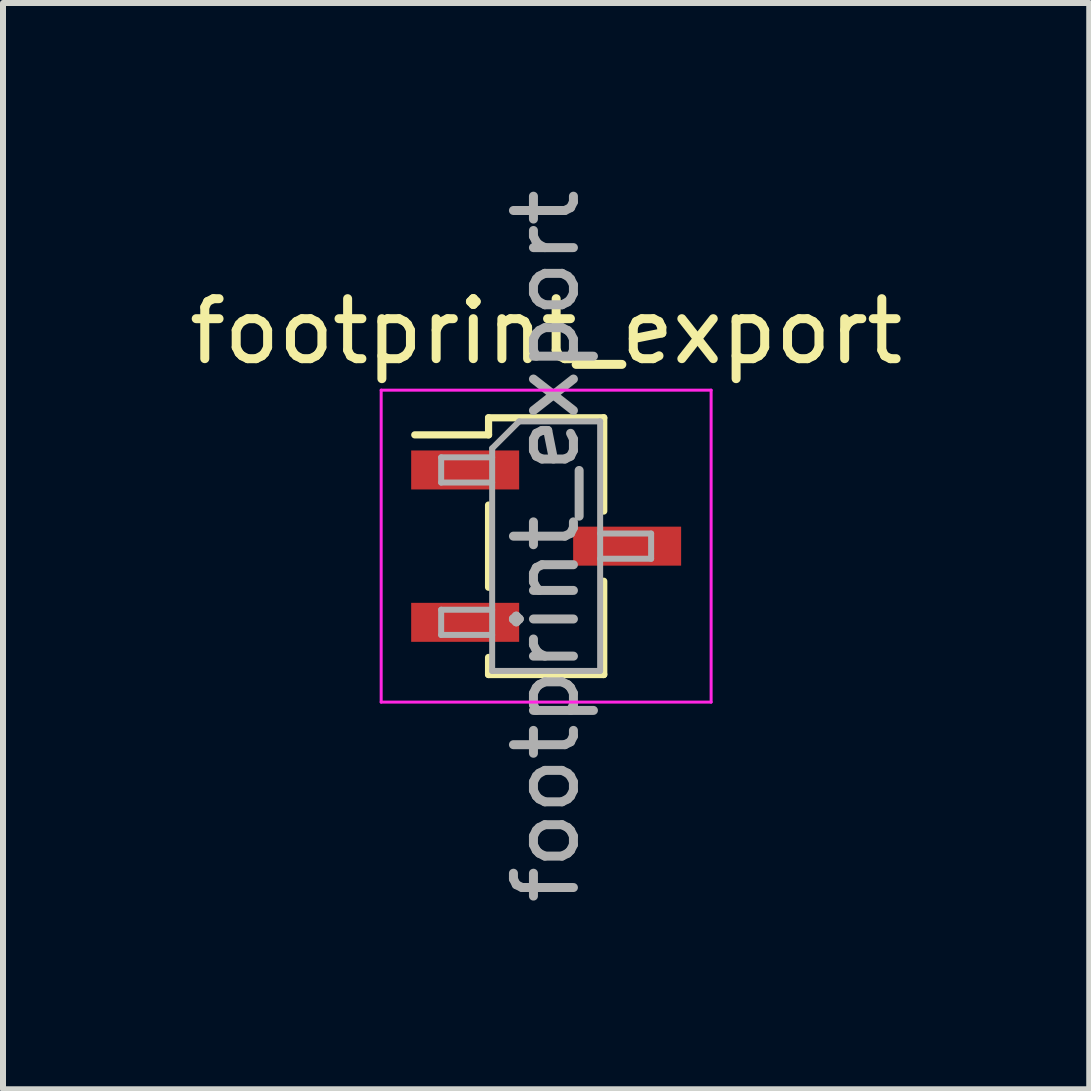
<source format=kicad_pcb>
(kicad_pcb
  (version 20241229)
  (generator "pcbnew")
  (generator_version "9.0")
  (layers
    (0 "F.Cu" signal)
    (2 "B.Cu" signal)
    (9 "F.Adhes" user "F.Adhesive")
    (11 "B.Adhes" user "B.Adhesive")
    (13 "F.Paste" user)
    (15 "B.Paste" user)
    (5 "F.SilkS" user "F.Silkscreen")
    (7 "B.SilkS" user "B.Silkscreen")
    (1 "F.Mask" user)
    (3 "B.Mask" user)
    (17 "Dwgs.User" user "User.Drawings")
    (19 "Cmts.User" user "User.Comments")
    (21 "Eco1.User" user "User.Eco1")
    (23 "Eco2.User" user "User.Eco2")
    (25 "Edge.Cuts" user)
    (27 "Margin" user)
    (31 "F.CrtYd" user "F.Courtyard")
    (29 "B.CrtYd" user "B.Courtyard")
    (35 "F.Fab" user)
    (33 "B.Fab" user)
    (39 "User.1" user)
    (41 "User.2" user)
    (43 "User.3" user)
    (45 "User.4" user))
  (footprint "footprint_export"
    (layer "F.Cu")
    (at 6.054 6.054)
    (property "Reference" "footprint_export" (at 0 -3.58 0) (layer "F.SilkS") (effects (font (size 1 1) (thickness 0.15))))
    (attr smd)
    (fp_line (start -2.19 -1.855) (end -0.96 -1.855) (stroke (width 0.12) (type solid)) (layer "F.SilkS"))
    (fp_line (start -0.96 -2.14) (end -0.96 -1.855) (stroke (width 0.12) (type solid)) (layer "F.SilkS"))
    (fp_line (start -0.96 -2.14) (end 0.96 -2.14) (stroke (width 0.12) (type solid)) (layer "F.SilkS"))
    (fp_line (start -0.96 -0.685) (end -0.96 0.685) (stroke (width 0.12) (type solid)) (layer "F.SilkS"))
    (fp_line (start -0.96 1.855) (end -0.96 2.14) (stroke (width 0.12) (type solid)) (layer "F.SilkS"))
    (fp_line (start -0.96 2.14) (end 0.96 2.14) (stroke (width 0.12) (type solid)) (layer "F.SilkS"))
    (fp_line (start 0.96 -2.14) (end 0.96 -0.585) (stroke (width 0.12) (type solid)) (layer "F.SilkS"))
    (fp_line (start 0.96 0.585) (end 0.96 2.14) (stroke (width 0.12) (type solid)) (layer "F.SilkS"))
    (fp_line (start -2.75 -2.6) (end 2.75 -2.6) (stroke (width 0.05) (type solid)) (layer "F.CrtYd"))
    (fp_line (start -2.75 2.6) (end -2.75 -2.6) (stroke (width 0.05) (type solid)) (layer "F.CrtYd"))
    (fp_line (start 2.75 -2.6) (end 2.75 2.6) (stroke (width 0.05) (type solid)) (layer "F.CrtYd"))
    (fp_line (start 2.75 2.6) (end -2.75 2.6) (stroke (width 0.05) (type solid)) (layer "F.CrtYd"))
    (fp_line (start -1.75 -1.48) (end -0.9 -1.48) (stroke (width 0.1) (type solid)) (layer "F.Fab"))
    (fp_line (start -1.75 -1.06) (end -1.75 -1.48) (stroke (width 0.1) (type solid)) (layer "F.Fab"))
    (fp_line (start -1.75 1.06) (end -0.9 1.06) (stroke (width 0.1) (type solid)) (layer "F.Fab"))
    (fp_line (start -1.75 1.48) (end -1.75 1.06) (stroke (width 0.1) (type solid)) (layer "F.Fab"))
    (fp_line (start -0.9 -1.63) (end -0.45 -2.08) (stroke (width 0.1) (type solid)) (layer "F.Fab"))
    (fp_line (start -0.9 -1.06) (end -1.75 -1.06) (stroke (width 0.1) (type solid)) (layer "F.Fab"))
    (fp_line (start -0.9 1.48) (end -1.75 1.48) (stroke (width 0.1) (type solid)) (layer "F.Fab"))
    (fp_line (start -0.9 2.08) (end -0.9 -1.63) (stroke (width 0.1) (type solid)) (layer "F.Fab"))
    (fp_line (start -0.45 -2.08) (end 0.9 -2.08) (stroke (width 0.1) (type solid)) (layer "F.Fab"))
    (fp_line (start 0.9 -2.08) (end 0.9 2.08) (stroke (width 0.1) (type solid)) (layer "F.Fab"))
    (fp_line (start 0.9 -0.21) (end 1.75 -0.21) (stroke (width 0.1) (type solid)) (layer "F.Fab"))
    (fp_line (start 0.9 2.08) (end -0.9 2.08) (stroke (width 0.1) (type solid)) (layer "F.Fab"))
    (fp_line (start 1.75 -0.21) (end 1.75 0.21) (stroke (width 0.1) (type solid)) (layer "F.Fab"))
    (fp_line (start 1.75 0.21) (end 0.9 0.21) (stroke (width 0.1) (type solid)) (layer "F.Fab"))
    (fp_text user "${REFERENCE}" (at 0 0 90) (layer "F.Fab") (effects (font (size 1 1) (thickness 0.15))))
    (pad "1" smd rect (at -1.35 -1.27) (size 1.8 0.65) (layers "F.Cu" "F.Mask" "F.Paste"))
    (pad "2" smd rect (at 1.35 0) (size 1.8 0.65) (layers "F.Cu" "F.Mask" "F.Paste"))
    (pad "3" smd rect (at -1.35 1.27) (size 1.8 0.65) (layers "F.Cu" "F.Mask" "F.Paste")))
  (gr_rect
    (start -3 -3)
    (end 15.107 15.107)
    (stroke (width 0.1) (type default))
    (fill no)
    (layer "Edge.Cuts")))
</source>
